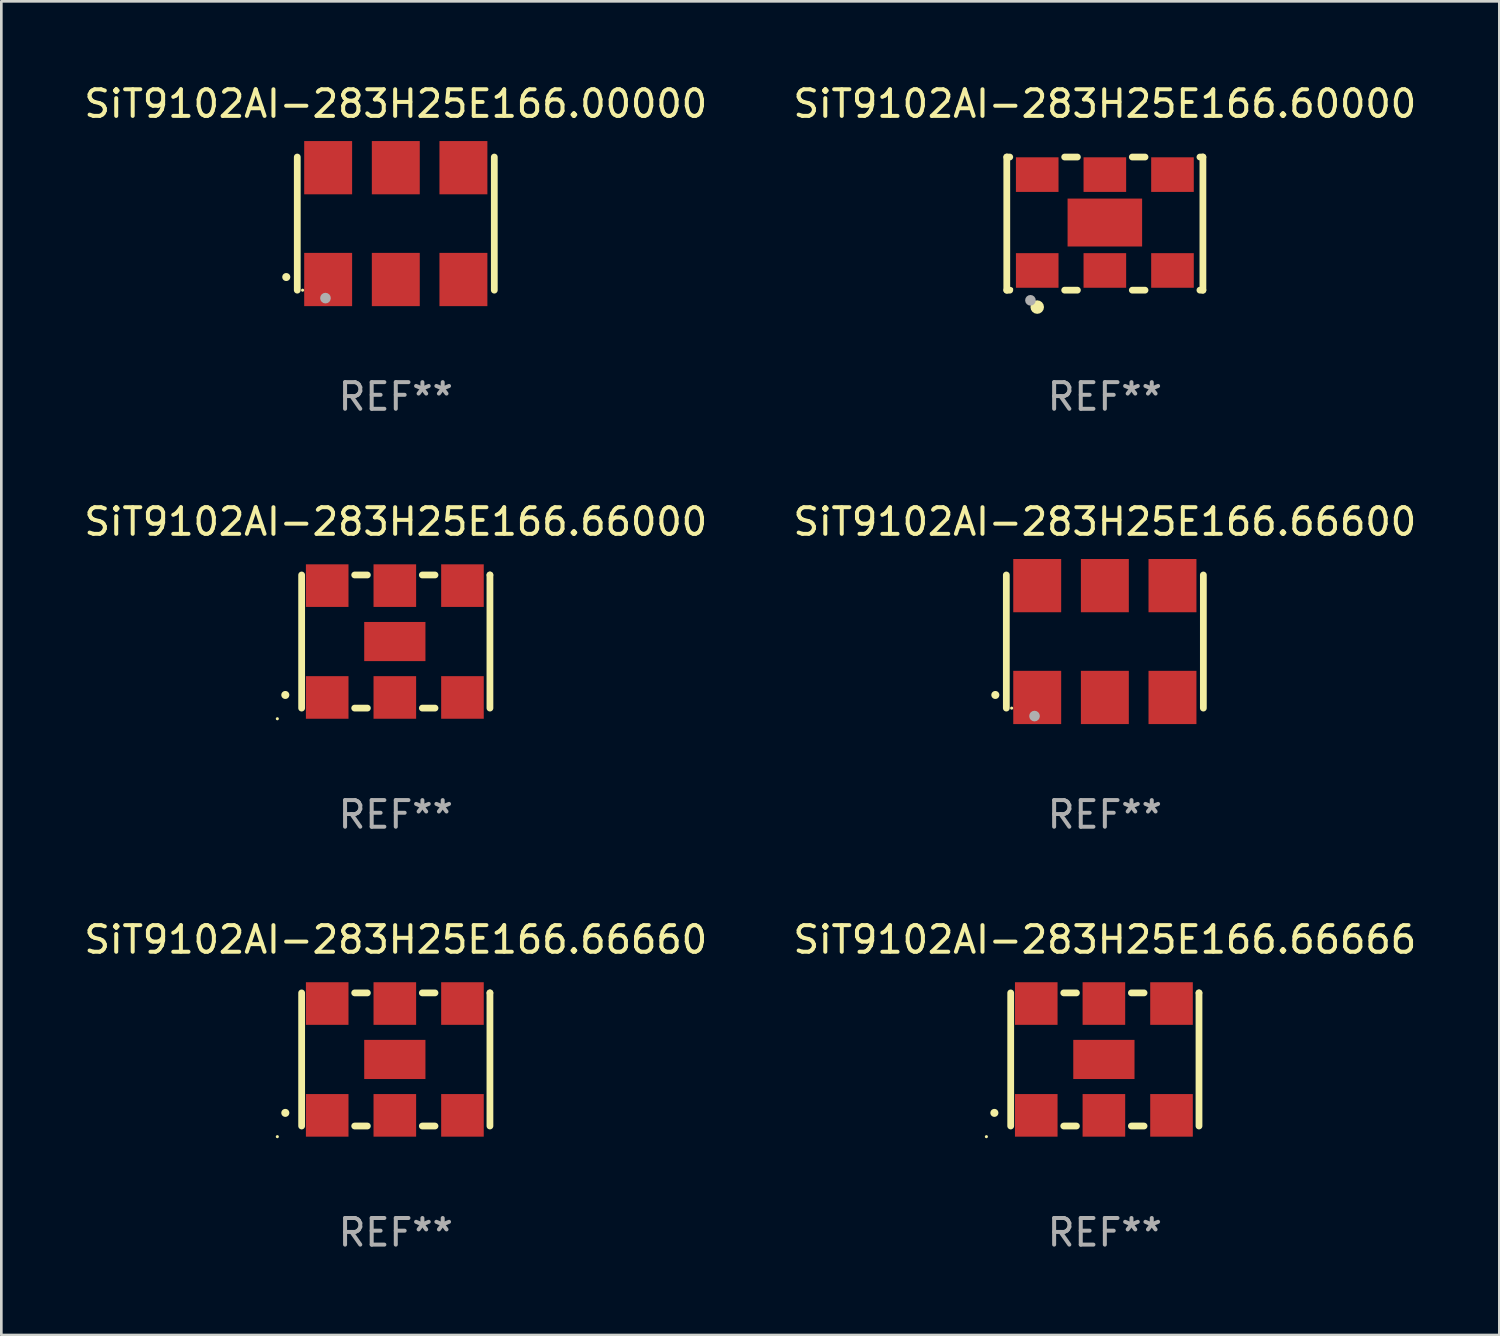
<source format=kicad_pcb>
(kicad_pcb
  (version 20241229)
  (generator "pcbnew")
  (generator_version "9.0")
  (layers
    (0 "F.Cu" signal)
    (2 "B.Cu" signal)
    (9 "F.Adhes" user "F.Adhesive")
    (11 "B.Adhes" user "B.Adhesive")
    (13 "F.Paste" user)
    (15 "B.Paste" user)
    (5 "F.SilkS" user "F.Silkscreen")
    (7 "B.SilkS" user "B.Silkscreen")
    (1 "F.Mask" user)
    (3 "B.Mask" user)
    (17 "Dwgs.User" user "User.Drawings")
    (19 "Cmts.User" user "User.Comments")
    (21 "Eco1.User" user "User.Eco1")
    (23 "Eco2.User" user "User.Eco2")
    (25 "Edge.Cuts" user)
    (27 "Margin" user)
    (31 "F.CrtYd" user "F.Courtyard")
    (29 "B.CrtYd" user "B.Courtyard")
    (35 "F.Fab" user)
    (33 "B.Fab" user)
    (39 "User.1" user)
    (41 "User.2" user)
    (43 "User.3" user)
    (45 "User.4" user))
  (footprint "SiT9102AI-283H25E166.66666"
    (layer "F.Cu")
    (at 38.446 36.741)
    (property "Reference" "SiT9102AI-283H25E166.66666" (at 0 -4.5 0) (layer "F.SilkS") (effects (font (size 1 1) (thickness 0.15))))
    (attr through_hole)
    (fp_line (start -3.536 -2.5) (end -3.536 2.5) (stroke (width 0.254) (type solid)) (layer "F.SilkS"))
    (fp_line (start -1.544 2.5) (end -1.067 2.5) (stroke (width 0.254) (type solid)) (layer "F.SilkS"))
    (fp_line (start -1.067 -2.5) (end -1.544 -2.5) (stroke (width 0.254) (type solid)) (layer "F.SilkS"))
    (fp_line (start 0.996 2.5) (end 1.473 2.5) (stroke (width 0.254) (type solid)) (layer "F.SilkS"))
    (fp_line (start 1.473 -2.5) (end 0.996 -2.5) (stroke (width 0.254) (type solid)) (layer "F.SilkS"))
    (fp_line (start 3.536 -2.5) (end 3.536 -2.5) (stroke (width 0.254) (type solid)) (layer "F.SilkS"))
    (fp_line (start 3.536 2.5) (end 3.536 -2.5) (stroke (width 0.254) (type solid)) (layer "F.SilkS"))
    (fp_arc (start -4.150432 2.006604) (mid -4.149162 2.006599) (end -4.147892 2.006604) (stroke (width 0.3) (type solid)) (layer "F.SilkS"))
    (fp_circle (center -4.449 2.9) (end -4.419 2.9) (stroke (width 0.06) (type solid)) (fill no) (layer "F.SilkS"))
    (fp_text user "REF**" (at 0 6.5 0) (layer "F.Fab") (effects (font (size 1 1) (thickness 0.15))))
    (pad "1" smd rect (at -2.576 2.1) (size 1.6 1.6) (layers "F.Cu" "F.Mask" "F.Paste"))
    (pad "2" smd rect (at -0.036 2.1) (size 1.6 1.6) (layers "F.Cu" "F.Mask" "F.Paste"))
    (pad "3" smd rect (at 2.504 2.1) (size 1.6 1.6) (layers "F.Cu" "F.Mask" "F.Paste"))
    (pad "4" smd rect (at 2.504 -2.1) (size 1.6 1.6) (layers "F.Cu" "F.Mask" "F.Paste"))
    (pad "5" smd rect (at -0.036 -2.1) (size 1.6 1.6) (layers "F.Cu" "F.Mask" "F.Paste"))
    (pad "6" smd rect (at -2.576 -2.1) (size 1.6 1.6) (layers "F.Cu" "F.Mask" "F.Paste"))
    (pad "7" smd rect (at -0.036 0) (size 2.3 1.47) (layers "F.Cu" "F.Mask" "F.Paste")))
  (footprint "SiT9102AI-283H25E166.66600"
    (layer "F.Cu")
    (at 38.446 21.045)
    (property "Reference" "SiT9102AI-283H25E166.66600" (at 0 -4.5 0) (layer "F.SilkS") (effects (font (size 1 1) (thickness 0.15))))
    (attr through_hole)
    (fp_line (start -3.7 -2.5) (end -3.7 2.5) (stroke (width 0.254) (type solid)) (layer "F.SilkS"))
    (fp_line (start 3.7 -2.5) (end 3.7 2.5) (stroke (width 0.254) (type solid)) (layer "F.SilkS"))
    (fp_arc (start -4.114415 2.006604) (mid -4.113145 2.006599) (end -4.111875 2.006604) (stroke (width 0.3) (type solid)) (layer "F.SilkS"))
    (fp_circle (center -3.5 2.501) (end -3.47 2.501) (stroke (width 0.06) (type solid)) (fill no) (layer "F.SilkS"))
    (fp_circle (center -2.641 2.799) (end -2.541 2.799) (stroke (width 0.2) (type solid)) (fill no) (layer "F.Fab"))
    (fp_text user "REF**" (at 0 6.5 0) (layer "F.Fab") (effects (font (size 1 1) (thickness 0.15))))
    (pad "1" smd rect (at -2.54 2.1) (size 1.8 2) (layers "F.Cu" "F.Mask" "F.Paste"))
    (pad "2" smd rect (at 0.000394 2.1) (size 1.8 2) (layers "F.Cu" "F.Mask" "F.Paste"))
    (pad "3" smd rect (at 2.54 2.1) (size 1.8 2) (layers "F.Cu" "F.Mask" "F.Paste"))
    (pad "4" smd rect (at 2.54 -2.1) (size 1.8 2) (layers "F.Cu" "F.Mask" "F.Paste"))
    (pad "5" smd rect (at 0.000394 -2.1) (size 1.8 2) (layers "F.Cu" "F.Mask" "F.Paste"))
    (pad "6" smd rect (at -2.54 -2.1) (size 1.8 2) (layers "F.Cu" "F.Mask" "F.Paste")))
  (footprint "SiT9102AI-283H25E166.66000"
    (layer "F.Cu")
    (at 11.815 21.045)
    (property "Reference" "SiT9102AI-283H25E166.66000" (at 0 -4.5 0) (layer "F.SilkS") (effects (font (size 1 1) (thickness 0.15))))
    (attr through_hole)
    (fp_line (start -3.536 -2.5) (end -3.536 2.5) (stroke (width 0.254) (type solid)) (layer "F.SilkS"))
    (fp_line (start -1.544 2.5) (end -1.067 2.5) (stroke (width 0.254) (type solid)) (layer "F.SilkS"))
    (fp_line (start -1.067 -2.5) (end -1.544 -2.5) (stroke (width 0.254) (type solid)) (layer "F.SilkS"))
    (fp_line (start 0.996 2.5) (end 1.473 2.5) (stroke (width 0.254) (type solid)) (layer "F.SilkS"))
    (fp_line (start 1.473 -2.5) (end 0.996 -2.5) (stroke (width 0.254) (type solid)) (layer "F.SilkS"))
    (fp_line (start 3.536 -2.5) (end 3.536 -2.5) (stroke (width 0.254) (type solid)) (layer "F.SilkS"))
    (fp_line (start 3.536 2.5) (end 3.536 -2.5) (stroke (width 0.254) (type solid)) (layer "F.SilkS"))
    (fp_arc (start -4.150432 2.006604) (mid -4.149162 2.006599) (end -4.147892 2.006604) (stroke (width 0.3) (type solid)) (layer "F.SilkS"))
    (fp_circle (center -4.449 2.9) (end -4.419 2.9) (stroke (width 0.06) (type solid)) (fill no) (layer "F.SilkS"))
    (fp_text user "REF**" (at 0 6.5 0) (layer "F.Fab") (effects (font (size 1 1) (thickness 0.15))))
    (pad "1" smd rect (at -2.576 2.1) (size 1.6 1.6) (layers "F.Cu" "F.Mask" "F.Paste"))
    (pad "2" smd rect (at -0.036 2.1) (size 1.6 1.6) (layers "F.Cu" "F.Mask" "F.Paste"))
    (pad "3" smd rect (at 2.504 2.1) (size 1.6 1.6) (layers "F.Cu" "F.Mask" "F.Paste"))
    (pad "4" smd rect (at 2.504 -2.1) (size 1.6 1.6) (layers "F.Cu" "F.Mask" "F.Paste"))
    (pad "5" smd rect (at -0.036 -2.1) (size 1.6 1.6) (layers "F.Cu" "F.Mask" "F.Paste"))
    (pad "6" smd rect (at -2.576 -2.1) (size 1.6 1.6) (layers "F.Cu" "F.Mask" "F.Paste"))
    (pad "7" smd rect (at -0.036 0) (size 2.3 1.47) (layers "F.Cu" "F.Mask" "F.Paste")))
  (footprint "SiT9102AI-283H25E166.66660"
    (layer "F.Cu")
    (at 11.815 36.741)
    (property "Reference" "SiT9102AI-283H25E166.66660" (at 0 -4.5 0) (layer "F.SilkS") (effects (font (size 1 1) (thickness 0.15))))
    (attr through_hole)
    (fp_line (start -3.536 -2.5) (end -3.536 2.5) (stroke (width 0.254) (type solid)) (layer "F.SilkS"))
    (fp_line (start -1.544 2.5) (end -1.067 2.5) (stroke (width 0.254) (type solid)) (layer "F.SilkS"))
    (fp_line (start -1.067 -2.5) (end -1.544 -2.5) (stroke (width 0.254) (type solid)) (layer "F.SilkS"))
    (fp_line (start 0.996 2.5) (end 1.473 2.5) (stroke (width 0.254) (type solid)) (layer "F.SilkS"))
    (fp_line (start 1.473 -2.5) (end 0.996 -2.5) (stroke (width 0.254) (type solid)) (layer "F.SilkS"))
    (fp_line (start 3.536 -2.5) (end 3.536 -2.5) (stroke (width 0.254) (type solid)) (layer "F.SilkS"))
    (fp_line (start 3.536 2.5) (end 3.536 -2.5) (stroke (width 0.254) (type solid)) (layer "F.SilkS"))
    (fp_arc (start -4.150432 2.006604) (mid -4.149162 2.006599) (end -4.147892 2.006604) (stroke (width 0.3) (type solid)) (layer "F.SilkS"))
    (fp_circle (center -4.449 2.9) (end -4.419 2.9) (stroke (width 0.06) (type solid)) (fill no) (layer "F.SilkS"))
    (fp_text user "REF**" (at 0 6.5 0) (layer "F.Fab") (effects (font (size 1 1) (thickness 0.15))))
    (pad "1" smd rect (at -2.576 2.1) (size 1.6 1.6) (layers "F.Cu" "F.Mask" "F.Paste"))
    (pad "2" smd rect (at -0.036 2.1) (size 1.6 1.6) (layers "F.Cu" "F.Mask" "F.Paste"))
    (pad "3" smd rect (at 2.504 2.1) (size 1.6 1.6) (layers "F.Cu" "F.Mask" "F.Paste"))
    (pad "4" smd rect (at 2.504 -2.1) (size 1.6 1.6) (layers "F.Cu" "F.Mask" "F.Paste"))
    (pad "5" smd rect (at -0.036 -2.1) (size 1.6 1.6) (layers "F.Cu" "F.Mask" "F.Paste"))
    (pad "6" smd rect (at -2.576 -2.1) (size 1.6 1.6) (layers "F.Cu" "F.Mask" "F.Paste"))
    (pad "7" smd rect (at -0.036 0) (size 2.3 1.47) (layers "F.Cu" "F.Mask" "F.Paste")))
  (footprint "SiT9102AI-283H25E166.00000"
    (layer "F.Cu")
    (at 11.815 5.348)
    (property "Reference" "SiT9102AI-283H25E166.00000" (at 0 -4.5 0) (layer "F.SilkS") (effects (font (size 1 1) (thickness 0.15))))
    (attr through_hole)
    (fp_line (start -3.7 -2.5) (end -3.7 2.5) (stroke (width 0.254) (type solid)) (layer "F.SilkS"))
    (fp_line (start 3.7 -2.5) (end 3.7 2.5) (stroke (width 0.254) (type solid)) (layer "F.SilkS"))
    (fp_arc (start -4.114415 2.006604) (mid -4.113145 2.006599) (end -4.111875 2.006604) (stroke (width 0.3) (type solid)) (layer "F.SilkS"))
    (fp_circle (center -3.5 2.501) (end -3.47 2.501) (stroke (width 0.06) (type solid)) (fill no) (layer "F.SilkS"))
    (fp_circle (center -2.641 2.799) (end -2.541 2.799) (stroke (width 0.2) (type solid)) (fill no) (layer "F.Fab"))
    (fp_text user "REF**" (at 0 6.5 0) (layer "F.Fab") (effects (font (size 1 1) (thickness 0.15))))
    (pad "1" smd rect (at -2.54 2.1) (size 1.8 2) (layers "F.Cu" "F.Mask" "F.Paste"))
    (pad "2" smd rect (at 0.000394 2.1) (size 1.8 2) (layers "F.Cu" "F.Mask" "F.Paste"))
    (pad "3" smd rect (at 2.54 2.1) (size 1.8 2) (layers "F.Cu" "F.Mask" "F.Paste"))
    (pad "4" smd rect (at 2.54 -2.1) (size 1.8 2) (layers "F.Cu" "F.Mask" "F.Paste"))
    (pad "5" smd rect (at 0.000394 -2.1) (size 1.8 2) (layers "F.Cu" "F.Mask" "F.Paste"))
    (pad "6" smd rect (at -2.54 -2.1) (size 1.8 2) (layers "F.Cu" "F.Mask" "F.Paste")))
  (footprint "SiT9102AI-283H25E166.60000"
    (layer "F.Cu")
    (at 38.446 5.348)
    (property "Reference" "SiT9102AI-283H25E166.60000" (at 0 -4.5 0) (layer "F.SilkS") (effects (font (size 1 1) (thickness 0.15))))
    (attr through_hole)
    (fp_line (start -3.683 -2.5) (end -3.571 -2.5) (stroke (width 0.254) (type solid)) (layer "F.SilkS"))
    (fp_line (start -3.683 2.5) (end -3.683 -2.5) (stroke (width 0.254) (type solid)) (layer "F.SilkS"))
    (fp_line (start -3.683 2.5) (end -3.571 2.5) (stroke (width 0.254) (type solid)) (layer "F.SilkS"))
    (fp_line (start -1.509 -2.5) (end -1.031 -2.5) (stroke (width 0.254) (type solid)) (layer "F.SilkS"))
    (fp_line (start -1.509 2.5) (end -1.031 2.5) (stroke (width 0.254) (type solid)) (layer "F.SilkS"))
    (fp_line (start 1.031 -2.5) (end 1.509 -2.5) (stroke (width 0.254) (type solid)) (layer "F.SilkS"))
    (fp_line (start 1.031 2.5) (end 1.509 2.5) (stroke (width 0.254) (type solid)) (layer "F.SilkS"))
    (fp_line (start 3.571 -2.5) (end 3.683 -2.5) (stroke (width 0.254) (type solid)) (layer "F.SilkS"))
    (fp_line (start 3.571 2.5) (end 3.683 2.5) (stroke (width 0.254) (type solid)) (layer "F.SilkS"))
    (fp_line (start 3.683 2.5) (end 3.683 -2.5) (stroke (width 0.254) (type solid)) (layer "F.SilkS"))
    (fp_circle (center -3.5 2.46) (end -3.47 2.46) (stroke (width 0.06) (type solid)) (fill no) (layer "F.SilkS"))
    (fp_circle (center -2.54 3.135) (end -2.413 3.135) (stroke (width 0.254) (type solid)) (fill no) (layer "F.SilkS"))
    (fp_circle (center -2.794 2.881) (end -2.694 2.881) (stroke (width 0.2) (type solid)) (fill no) (layer "F.Fab"))
    (fp_text user "REF**" (at 0 6.5 0) (layer "F.Fab") (effects (font (size 1 1) (thickness 0.15))))
    (pad "1" smd rect (at -2.54 1.76) (size 1.6 1.3) (layers "F.Cu" "F.Mask" "F.Paste"))
    (pad "2" smd rect (at 0 1.76) (size 1.6 1.3) (layers "F.Cu" "F.Mask" "F.Paste"))
    (pad "3" smd rect (at 2.54 1.76) (size 1.6 1.3) (layers "F.Cu" "F.Mask" "F.Paste"))
    (pad "4" smd rect (at 2.54 -1.84) (size 1.6 1.3) (layers "F.Cu" "F.Mask" "F.Paste"))
    (pad "5" smd rect (at 0 -1.84) (size 1.6 1.3) (layers "F.Cu" "F.Mask" "F.Paste"))
    (pad "6" smd rect (at -2.54 -1.84) (size 1.6 1.3) (layers "F.Cu" "F.Mask" "F.Paste"))
    (pad "7" smd rect (at 0 -0.04) (size 2.8 1.8) (layers "F.Cu" "F.Mask" "F.Paste")))
  (gr_rect
    (start -3 -3)
    (end 53.262 47.09)
    (stroke (width 0.1) (type default))
    (fill no)
    (layer "Edge.Cuts")))
</source>
